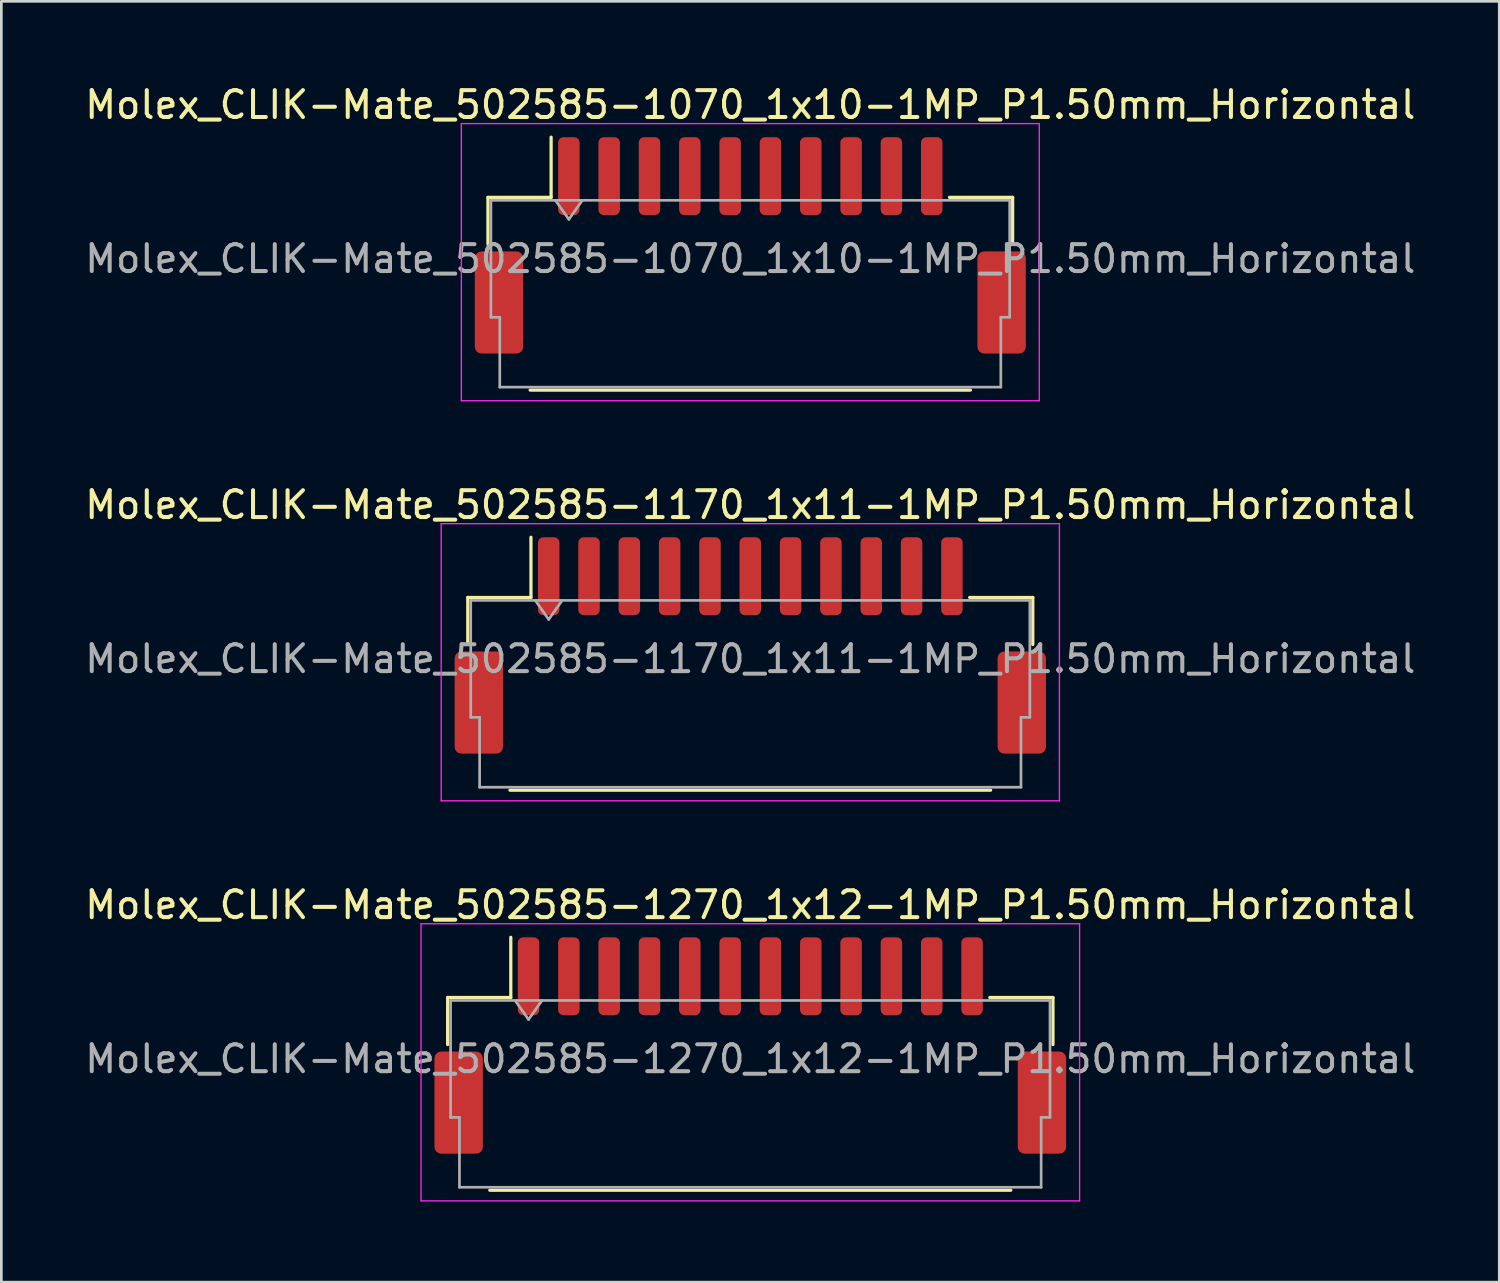
<source format=kicad_pcb>
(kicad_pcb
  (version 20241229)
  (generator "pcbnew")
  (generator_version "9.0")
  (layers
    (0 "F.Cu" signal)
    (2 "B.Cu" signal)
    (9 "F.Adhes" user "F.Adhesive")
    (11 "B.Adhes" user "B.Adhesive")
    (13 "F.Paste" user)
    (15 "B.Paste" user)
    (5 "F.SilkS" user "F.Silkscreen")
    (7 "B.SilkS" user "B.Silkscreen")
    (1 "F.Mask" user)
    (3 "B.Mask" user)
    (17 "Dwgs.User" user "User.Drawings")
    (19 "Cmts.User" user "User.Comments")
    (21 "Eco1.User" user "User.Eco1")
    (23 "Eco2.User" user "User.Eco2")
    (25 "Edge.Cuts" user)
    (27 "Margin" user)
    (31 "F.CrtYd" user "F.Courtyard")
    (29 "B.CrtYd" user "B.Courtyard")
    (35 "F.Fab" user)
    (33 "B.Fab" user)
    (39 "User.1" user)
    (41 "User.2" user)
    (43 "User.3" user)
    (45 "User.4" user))
  (footprint "Molex_CLIK-Mate_502585-1270_1x12-1MP_P1.50mm_Horizontal"
    (layer "F.Cu")
    (at 24.863 35.845)
    (property "Reference" "Molex_CLIK-Mate_502585-1270_1x12-1MP_P1.50mm_Horizontal" (at 0 -5.23 0) (layer "F.SilkS") (effects (font (size 1 1) (thickness 0.15))))
    (attr smd)
    (fp_line (start -11.26 -1.785) (end -8.91 -1.785) (stroke (width 0.12) (type solid)) (layer "F.SilkS"))
    (fp_line (start -11.26 -0.035) (end -11.26 -1.785) (stroke (width 0.12) (type solid)) (layer "F.SilkS"))
    (fp_line (start -9.69 5.385) (end 9.69 5.385) (stroke (width 0.12) (type solid)) (layer "F.SilkS"))
    (fp_line (start -8.91 -1.785) (end -8.91 -4.025) (stroke (width 0.12) (type solid)) (layer "F.SilkS"))
    (fp_line (start 11.26 -1.785) (end 8.91 -1.785) (stroke (width 0.12) (type solid)) (layer "F.SilkS"))
    (fp_line (start 11.26 -0.035) (end 11.26 -1.785) (stroke (width 0.12) (type solid)) (layer "F.SilkS"))
    (fp_line (start -12.25 -4.53) (end -12.25 5.78) (stroke (width 0.05) (type solid)) (layer "F.CrtYd"))
    (fp_line (start -12.25 5.78) (end 12.25 5.78) (stroke (width 0.05) (type solid)) (layer "F.CrtYd"))
    (fp_line (start 12.25 -4.53) (end -12.25 -4.53) (stroke (width 0.05) (type solid)) (layer "F.CrtYd"))
    (fp_line (start 12.25 5.78) (end 12.25 -4.53) (stroke (width 0.05) (type solid)) (layer "F.CrtYd"))
    (fp_line (start -11.15 -1.675) (end -11.15 2.675) (stroke (width 0.1) (type solid)) (layer "F.Fab"))
    (fp_line (start -11.15 -1.675) (end 11.15 -1.675) (stroke (width 0.1) (type solid)) (layer "F.Fab"))
    (fp_line (start -11.15 2.675) (end -10.82 2.675) (stroke (width 0.1) (type solid)) (layer "F.Fab"))
    (fp_line (start -10.82 2.675) (end -10.82 5.275) (stroke (width 0.1) (type solid)) (layer "F.Fab"))
    (fp_line (start -10.82 5.275) (end 10.82 5.275) (stroke (width 0.1) (type solid)) (layer "F.Fab"))
    (fp_line (start -8.75 -1.675) (end -8.25 -0.968) (stroke (width 0.1) (type solid)) (layer "F.Fab"))
    (fp_line (start -8.25 -0.968) (end -7.75 -1.675) (stroke (width 0.1) (type solid)) (layer "F.Fab"))
    (fp_line (start 10.82 2.675) (end 11.15 2.675) (stroke (width 0.1) (type solid)) (layer "F.Fab"))
    (fp_line (start 10.82 5.275) (end 10.82 2.675) (stroke (width 0.1) (type solid)) (layer "F.Fab"))
    (fp_line (start 11.15 -1.675) (end 11.15 2.675) (stroke (width 0.1) (type solid)) (layer "F.Fab"))
    (fp_text user "${REFERENCE}" (at 0 0.5 0) (layer "F.Fab") (effects (font (size 1 1) (thickness 0.15))))
    (pad "1" smd roundrect (at -8.25 -2.575) (size 0.8 2.9) (layers "F.Cu" "F.Mask" "F.Paste") (roundrect_rratio 0.25))
    (pad "2" smd roundrect (at -6.75 -2.575) (size 0.8 2.9) (layers "F.Cu" "F.Mask" "F.Paste") (roundrect_rratio 0.25))
    (pad "3" smd roundrect (at -5.25 -2.575) (size 0.8 2.9) (layers "F.Cu" "F.Mask" "F.Paste") (roundrect_rratio 0.25))
    (pad "4" smd roundrect (at -3.75 -2.575) (size 0.8 2.9) (layers "F.Cu" "F.Mask" "F.Paste") (roundrect_rratio 0.25))
    (pad "5" smd roundrect (at -2.25 -2.575) (size 0.8 2.9) (layers "F.Cu" "F.Mask" "F.Paste") (roundrect_rratio 0.25))
    (pad "6" smd roundrect (at -0.75 -2.575) (size 0.8 2.9) (layers "F.Cu" "F.Mask" "F.Paste") (roundrect_rratio 0.25))
    (pad "7" smd roundrect (at 0.75 -2.575) (size 0.8 2.9) (layers "F.Cu" "F.Mask" "F.Paste") (roundrect_rratio 0.25))
    (pad "8" smd roundrect (at 2.25 -2.575) (size 0.8 2.9) (layers "F.Cu" "F.Mask" "F.Paste") (roundrect_rratio 0.25))
    (pad "9" smd roundrect (at 3.75 -2.575) (size 0.8 2.9) (layers "F.Cu" "F.Mask" "F.Paste") (roundrect_rratio 0.25))
    (pad "10" smd roundrect (at 5.25 -2.575) (size 0.8 2.9) (layers "F.Cu" "F.Mask" "F.Paste") (roundrect_rratio 0.25))
    (pad "11" smd roundrect (at 6.75 -2.575) (size 0.8 2.9) (layers "F.Cu" "F.Mask" "F.Paste") (roundrect_rratio 0.25))
    (pad "12" smd roundrect (at 8.25 -2.575) (size 0.8 2.9) (layers "F.Cu" "F.Mask" "F.Paste") (roundrect_rratio 0.25))
    (pad "MP" smd roundrect (at -10.85 2.125) (size 1.8 3.8) (layers "F.Cu" "F.Mask" "F.Paste") (roundrect_rratio 0.139))
    (pad "MP" smd roundrect (at 10.85 2.125) (size 1.8 3.8) (layers "F.Cu" "F.Mask" "F.Paste") (roundrect_rratio 0.139)))
  (footprint "Molex_CLIK-Mate_502585-1170_1x11-1MP_P1.50mm_Horizontal"
    (layer "F.Cu")
    (at 24.863 20.962)
    (property "Reference" "Molex_CLIK-Mate_502585-1170_1x11-1MP_P1.50mm_Horizontal" (at 0 -5.23 0) (layer "F.SilkS") (effects (font (size 1 1) (thickness 0.15))))
    (attr smd)
    (fp_line (start -10.51 -1.785) (end -8.16 -1.785) (stroke (width 0.12) (type solid)) (layer "F.SilkS"))
    (fp_line (start -10.51 -0.035) (end -10.51 -1.785) (stroke (width 0.12) (type solid)) (layer "F.SilkS"))
    (fp_line (start -8.94 5.385) (end 8.94 5.385) (stroke (width 0.12) (type solid)) (layer "F.SilkS"))
    (fp_line (start -8.16 -1.785) (end -8.16 -4.025) (stroke (width 0.12) (type solid)) (layer "F.SilkS"))
    (fp_line (start 10.51 -1.785) (end 8.16 -1.785) (stroke (width 0.12) (type solid)) (layer "F.SilkS"))
    (fp_line (start 10.51 -0.035) (end 10.51 -1.785) (stroke (width 0.12) (type solid)) (layer "F.SilkS"))
    (fp_line (start -11.5 -4.53) (end -11.5 5.78) (stroke (width 0.05) (type solid)) (layer "F.CrtYd"))
    (fp_line (start -11.5 5.78) (end 11.5 5.78) (stroke (width 0.05) (type solid)) (layer "F.CrtYd"))
    (fp_line (start 11.5 -4.53) (end -11.5 -4.53) (stroke (width 0.05) (type solid)) (layer "F.CrtYd"))
    (fp_line (start 11.5 5.78) (end 11.5 -4.53) (stroke (width 0.05) (type solid)) (layer "F.CrtYd"))
    (fp_line (start -10.4 -1.675) (end -10.4 2.675) (stroke (width 0.1) (type solid)) (layer "F.Fab"))
    (fp_line (start -10.4 -1.675) (end 10.4 -1.675) (stroke (width 0.1) (type solid)) (layer "F.Fab"))
    (fp_line (start -10.4 2.675) (end -10.07 2.675) (stroke (width 0.1) (type solid)) (layer "F.Fab"))
    (fp_line (start -10.07 2.675) (end -10.07 5.275) (stroke (width 0.1) (type solid)) (layer "F.Fab"))
    (fp_line (start -10.07 5.275) (end 10.07 5.275) (stroke (width 0.1) (type solid)) (layer "F.Fab"))
    (fp_line (start -8 -1.675) (end -7.5 -0.968) (stroke (width 0.1) (type solid)) (layer "F.Fab"))
    (fp_line (start -7.5 -0.968) (end -7 -1.675) (stroke (width 0.1) (type solid)) (layer "F.Fab"))
    (fp_line (start 10.07 2.675) (end 10.4 2.675) (stroke (width 0.1) (type solid)) (layer "F.Fab"))
    (fp_line (start 10.07 5.275) (end 10.07 2.675) (stroke (width 0.1) (type solid)) (layer "F.Fab"))
    (fp_line (start 10.4 -1.675) (end 10.4 2.675) (stroke (width 0.1) (type solid)) (layer "F.Fab"))
    (fp_text user "${REFERENCE}" (at 0 0.5 0) (layer "F.Fab") (effects (font (size 1 1) (thickness 0.15))))
    (pad "1" smd roundrect (at -7.5 -2.575) (size 0.8 2.9) (layers "F.Cu" "F.Mask" "F.Paste") (roundrect_rratio 0.25))
    (pad "2" smd roundrect (at -6 -2.575) (size 0.8 2.9) (layers "F.Cu" "F.Mask" "F.Paste") (roundrect_rratio 0.25))
    (pad "3" smd roundrect (at -4.5 -2.575) (size 0.8 2.9) (layers "F.Cu" "F.Mask" "F.Paste") (roundrect_rratio 0.25))
    (pad "4" smd roundrect (at -3 -2.575) (size 0.8 2.9) (layers "F.Cu" "F.Mask" "F.Paste") (roundrect_rratio 0.25))
    (pad "5" smd roundrect (at -1.5 -2.575) (size 0.8 2.9) (layers "F.Cu" "F.Mask" "F.Paste") (roundrect_rratio 0.25))
    (pad "6" smd roundrect (at 0 -2.575) (size 0.8 2.9) (layers "F.Cu" "F.Mask" "F.Paste") (roundrect_rratio 0.25))
    (pad "7" smd roundrect (at 1.5 -2.575) (size 0.8 2.9) (layers "F.Cu" "F.Mask" "F.Paste") (roundrect_rratio 0.25))
    (pad "8" smd roundrect (at 3 -2.575) (size 0.8 2.9) (layers "F.Cu" "F.Mask" "F.Paste") (roundrect_rratio 0.25))
    (pad "9" smd roundrect (at 4.5 -2.575) (size 0.8 2.9) (layers "F.Cu" "F.Mask" "F.Paste") (roundrect_rratio 0.25))
    (pad "10" smd roundrect (at 6 -2.575) (size 0.8 2.9) (layers "F.Cu" "F.Mask" "F.Paste") (roundrect_rratio 0.25))
    (pad "11" smd roundrect (at 7.5 -2.575) (size 0.8 2.9) (layers "F.Cu" "F.Mask" "F.Paste") (roundrect_rratio 0.25))
    (pad "MP" smd roundrect (at -10.1 2.125) (size 1.8 3.8) (layers "F.Cu" "F.Mask" "F.Paste") (roundrect_rratio 0.139))
    (pad "MP" smd roundrect (at 10.1 2.125) (size 1.8 3.8) (layers "F.Cu" "F.Mask" "F.Paste") (roundrect_rratio 0.139)))
  (footprint "Molex_CLIK-Mate_502585-1070_1x10-1MP_P1.50mm_Horizontal"
    (layer "F.Cu")
    (at 24.863 6.078)
    (property "Reference" "Molex_CLIK-Mate_502585-1070_1x10-1MP_P1.50mm_Horizontal" (at 0 -5.23 0) (layer "F.SilkS") (effects (font (size 1 1) (thickness 0.15))))
    (attr smd)
    (fp_line (start -9.76 -1.785) (end -7.41 -1.785) (stroke (width 0.12) (type solid)) (layer "F.SilkS"))
    (fp_line (start -9.76 -0.035) (end -9.76 -1.785) (stroke (width 0.12) (type solid)) (layer "F.SilkS"))
    (fp_line (start -8.19 5.385) (end 8.19 5.385) (stroke (width 0.12) (type solid)) (layer "F.SilkS"))
    (fp_line (start -7.41 -1.785) (end -7.41 -4.025) (stroke (width 0.12) (type solid)) (layer "F.SilkS"))
    (fp_line (start 9.76 -1.785) (end 7.41 -1.785) (stroke (width 0.12) (type solid)) (layer "F.SilkS"))
    (fp_line (start 9.76 -0.035) (end 9.76 -1.785) (stroke (width 0.12) (type solid)) (layer "F.SilkS"))
    (fp_line (start -10.75 -4.53) (end -10.75 5.78) (stroke (width 0.05) (type solid)) (layer "F.CrtYd"))
    (fp_line (start -10.75 5.78) (end 10.75 5.78) (stroke (width 0.05) (type solid)) (layer "F.CrtYd"))
    (fp_line (start 10.75 -4.53) (end -10.75 -4.53) (stroke (width 0.05) (type solid)) (layer "F.CrtYd"))
    (fp_line (start 10.75 5.78) (end 10.75 -4.53) (stroke (width 0.05) (type solid)) (layer "F.CrtYd"))
    (fp_line (start -9.65 -1.675) (end -9.65 2.675) (stroke (width 0.1) (type solid)) (layer "F.Fab"))
    (fp_line (start -9.65 -1.675) (end 9.65 -1.675) (stroke (width 0.1) (type solid)) (layer "F.Fab"))
    (fp_line (start -9.65 2.675) (end -9.32 2.675) (stroke (width 0.1) (type solid)) (layer "F.Fab"))
    (fp_line (start -9.32 2.675) (end -9.32 5.275) (stroke (width 0.1) (type solid)) (layer "F.Fab"))
    (fp_line (start -9.32 5.275) (end 9.32 5.275) (stroke (width 0.1) (type solid)) (layer "F.Fab"))
    (fp_line (start -7.25 -1.675) (end -6.75 -0.968) (stroke (width 0.1) (type solid)) (layer "F.Fab"))
    (fp_line (start -6.75 -0.968) (end -6.25 -1.675) (stroke (width 0.1) (type solid)) (layer "F.Fab"))
    (fp_line (start 9.32 2.675) (end 9.65 2.675) (stroke (width 0.1) (type solid)) (layer "F.Fab"))
    (fp_line (start 9.32 5.275) (end 9.32 2.675) (stroke (width 0.1) (type solid)) (layer "F.Fab"))
    (fp_line (start 9.65 -1.675) (end 9.65 2.675) (stroke (width 0.1) (type solid)) (layer "F.Fab"))
    (fp_text user "${REFERENCE}" (at 0 0.5 0) (layer "F.Fab") (effects (font (size 1 1) (thickness 0.15))))
    (pad "1" smd roundrect (at -6.75 -2.575) (size 0.8 2.9) (layers "F.Cu" "F.Mask" "F.Paste") (roundrect_rratio 0.25))
    (pad "2" smd roundrect (at -5.25 -2.575) (size 0.8 2.9) (layers "F.Cu" "F.Mask" "F.Paste") (roundrect_rratio 0.25))
    (pad "3" smd roundrect (at -3.75 -2.575) (size 0.8 2.9) (layers "F.Cu" "F.Mask" "F.Paste") (roundrect_rratio 0.25))
    (pad "4" smd roundrect (at -2.25 -2.575) (size 0.8 2.9) (layers "F.Cu" "F.Mask" "F.Paste") (roundrect_rratio 0.25))
    (pad "5" smd roundrect (at -0.75 -2.575) (size 0.8 2.9) (layers "F.Cu" "F.Mask" "F.Paste") (roundrect_rratio 0.25))
    (pad "6" smd roundrect (at 0.75 -2.575) (size 0.8 2.9) (layers "F.Cu" "F.Mask" "F.Paste") (roundrect_rratio 0.25))
    (pad "7" smd roundrect (at 2.25 -2.575) (size 0.8 2.9) (layers "F.Cu" "F.Mask" "F.Paste") (roundrect_rratio 0.25))
    (pad "8" smd roundrect (at 3.75 -2.575) (size 0.8 2.9) (layers "F.Cu" "F.Mask" "F.Paste") (roundrect_rratio 0.25))
    (pad "9" smd roundrect (at 5.25 -2.575) (size 0.8 2.9) (layers "F.Cu" "F.Mask" "F.Paste") (roundrect_rratio 0.25))
    (pad "10" smd roundrect (at 6.75 -2.575) (size 0.8 2.9) (layers "F.Cu" "F.Mask" "F.Paste") (roundrect_rratio 0.25))
    (pad "MP" smd roundrect (at -9.35 2.125) (size 1.8 3.8) (layers "F.Cu" "F.Mask" "F.Paste") (roundrect_rratio 0.139))
    (pad "MP" smd roundrect (at 9.35 2.125) (size 1.8 3.8) (layers "F.Cu" "F.Mask" "F.Paste") (roundrect_rratio 0.139)))
  (gr_rect
    (start -3 -3)
    (end 52.726 44.65)
    (stroke (width 0.1) (type default))
    (fill no)
    (layer "Edge.Cuts")))
</source>
